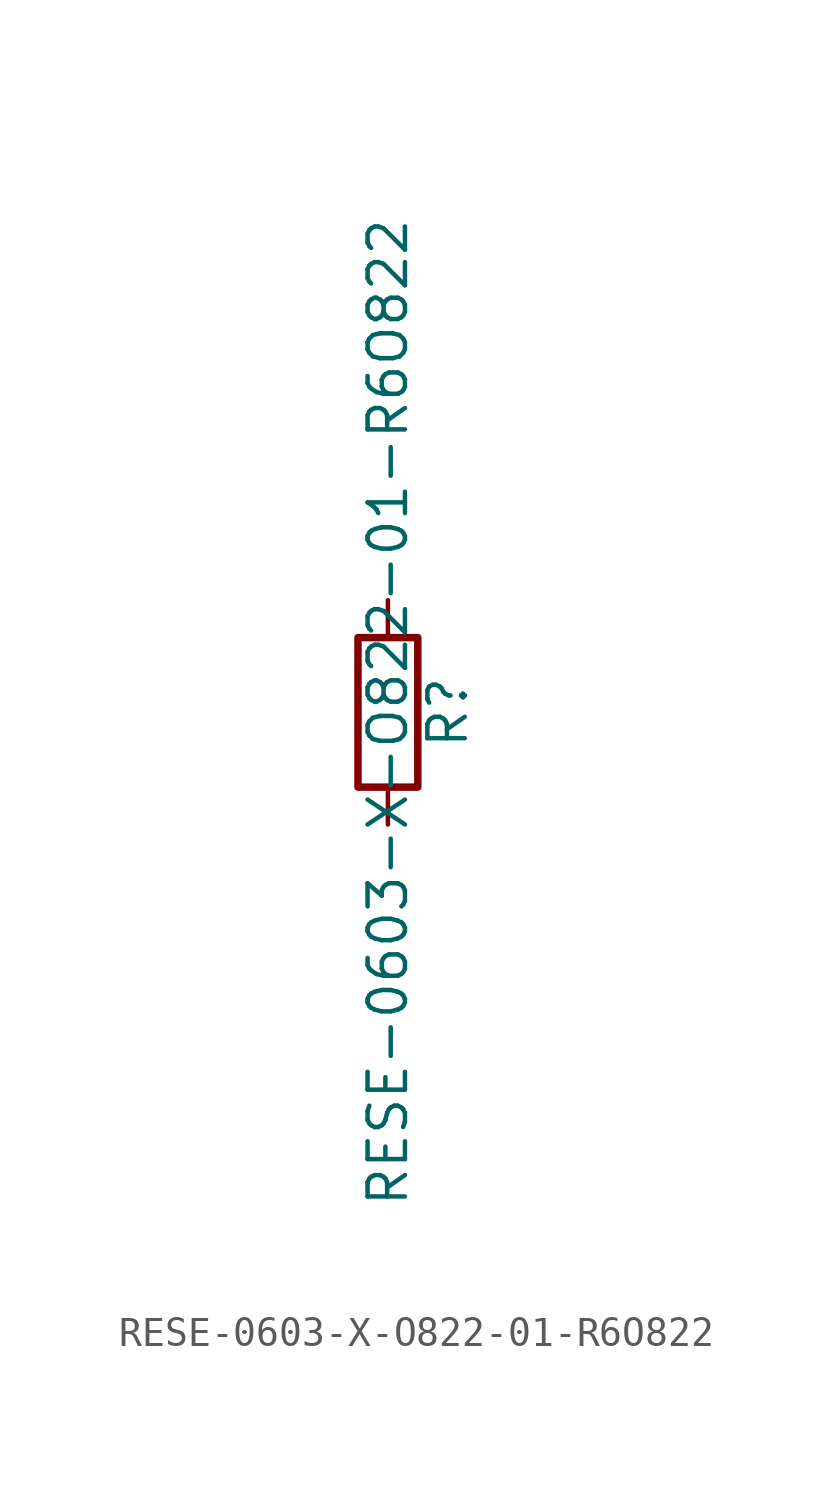
<source format=kicad_sym>
(kicad_symbol_lib
  (version 20211014)
  (generator kicad_symbol_editor)
  (symbol "RESE-0603-X-O822-01-R6O822"
    (pin_numbers hide)
    (pin_names
      (offset 0))
    (property "Reference" "R"
      (at 2.032 0 90)
      (effects (font (size 1.27 1.27))))
    (property "Value" "RESE-0603-X-O822-01-R6O822"
      (at 0 0 90)
      (effects (font (size 1.27 1.27))))
    (symbol "RESE-0603-X-O822-01-R6O822_0_1"
      (rectangle (start -1.016 -2.54) (end 1.016 2.54) (stroke (width 0.254) (type default) (color 0 0 0 0)) (fill (type none))))
    (symbol "RESE-0603-X-O822-01-R6O822_1_1"
      (pin passive line (at 0 3.81 270) (length 1.27) (name "~" (effects (font (size 1.27 1.27)))) (number "1" (effects (font (size 1.27 1.27)))))
      (pin passive line (at 0 -3.81 90) (length 1.27) (name "~" (effects (font (size 1.27 1.27)))) (number "2" (effects (font (size 1.27 1.27))))))))
</source>
